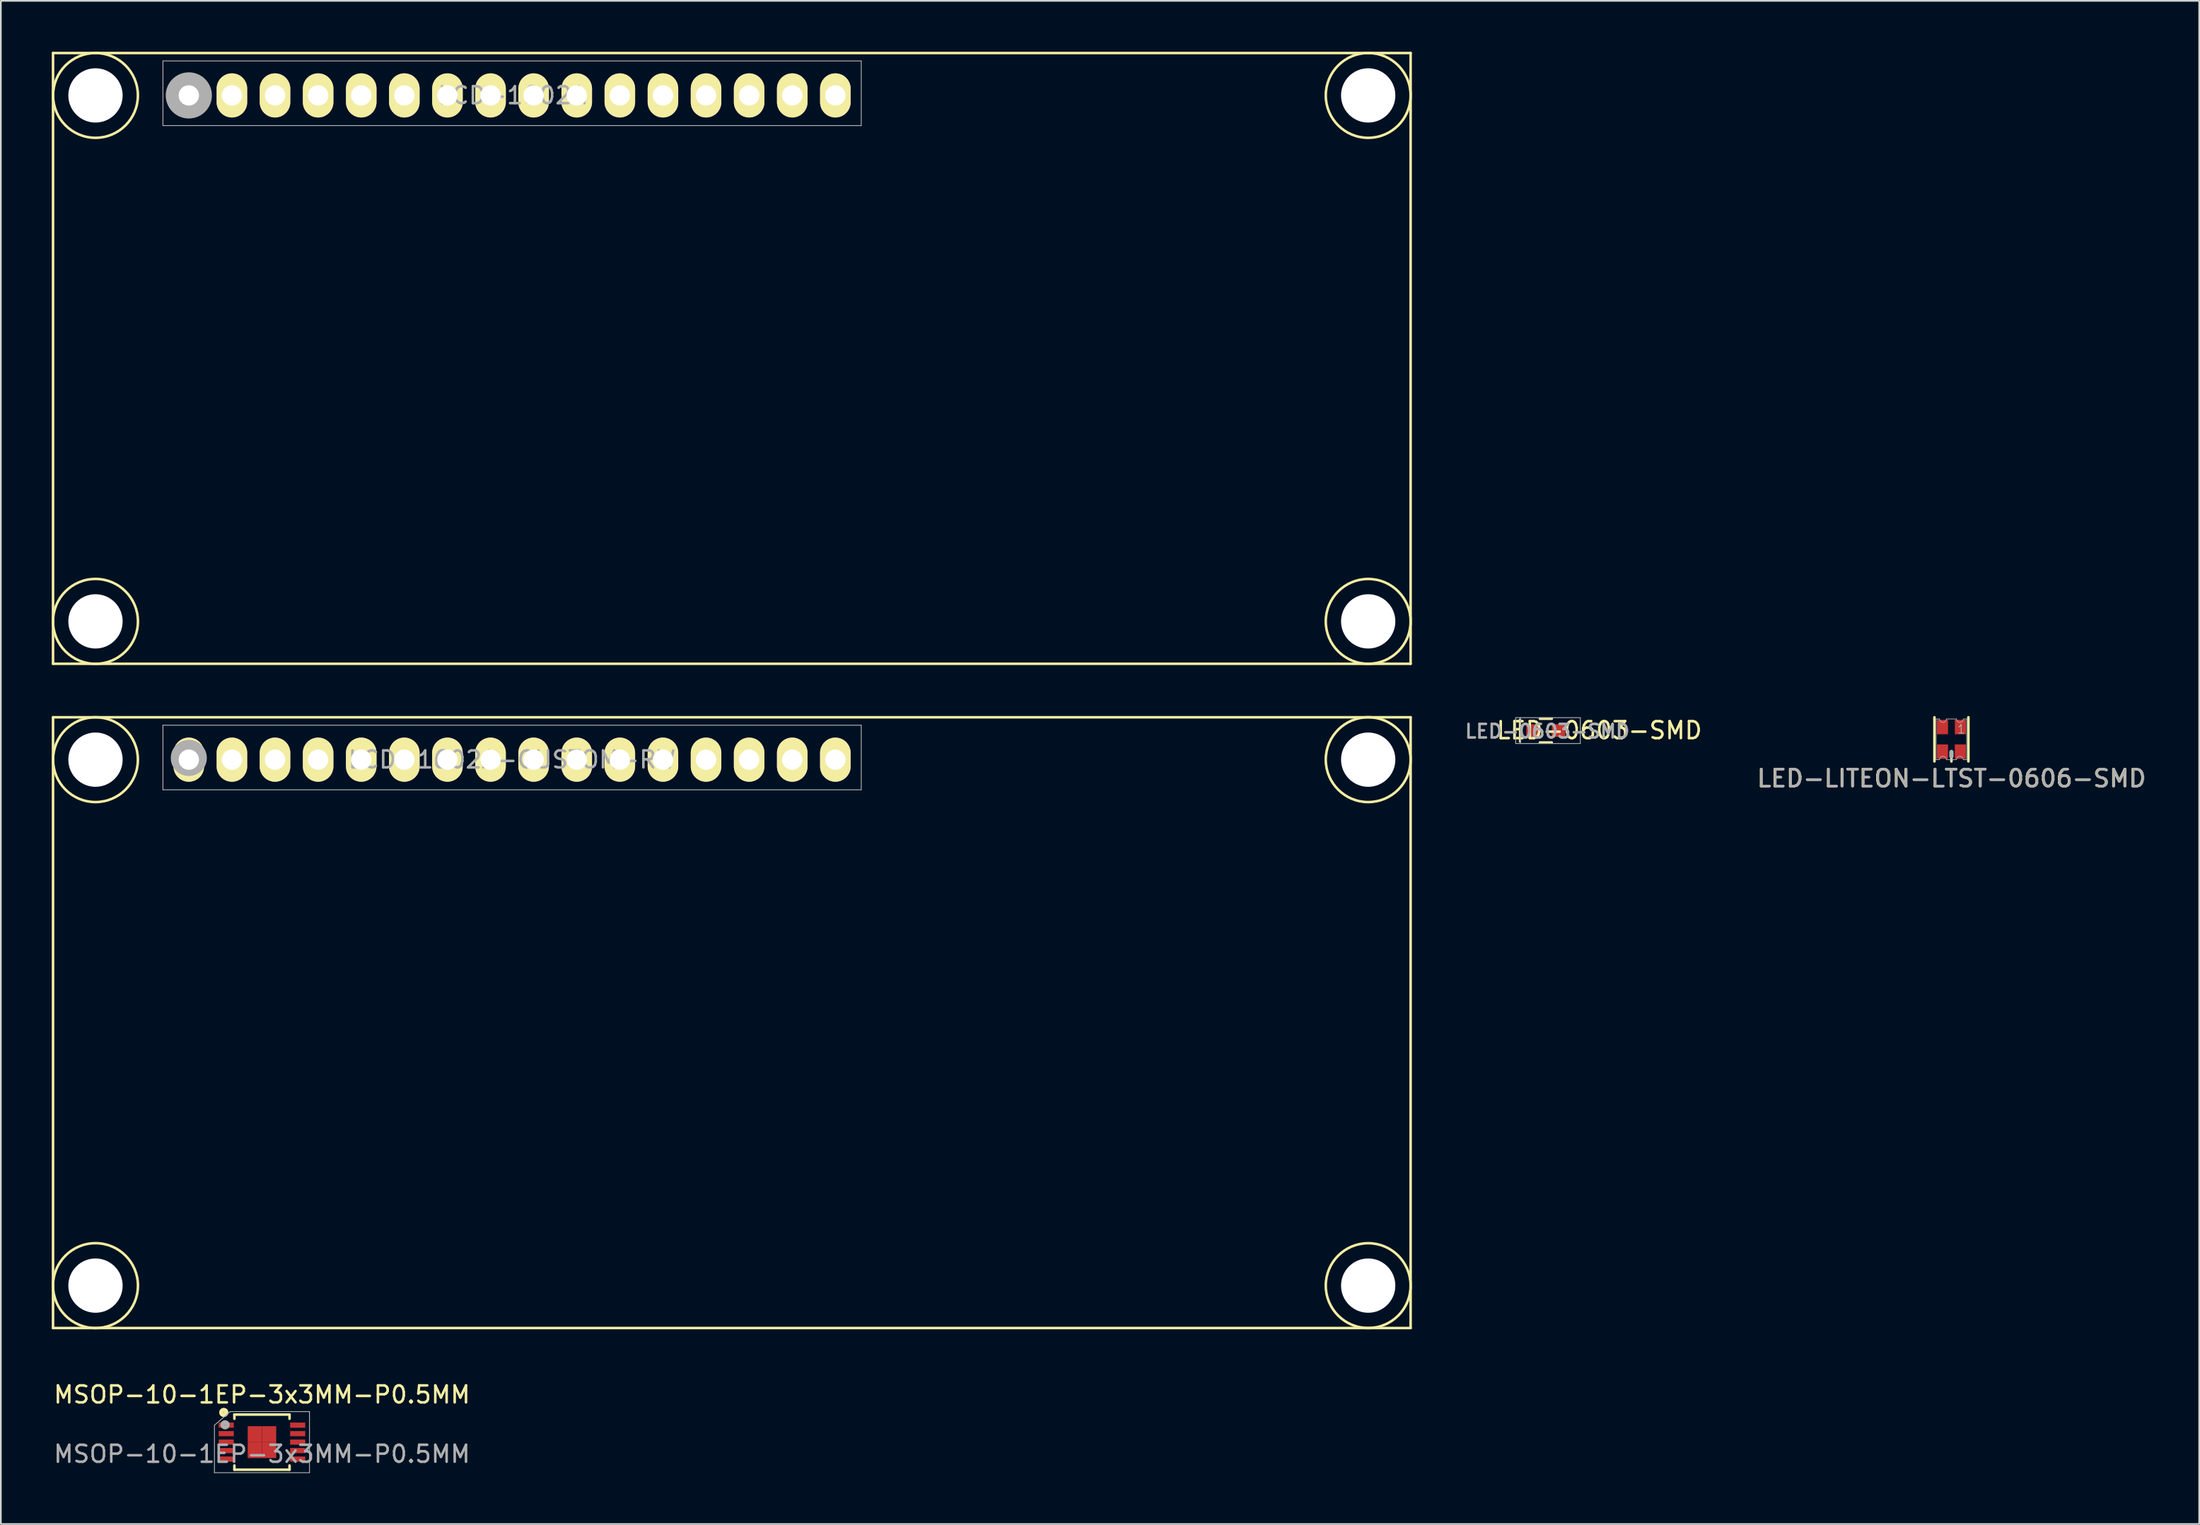
<source format=kicad_pcb>
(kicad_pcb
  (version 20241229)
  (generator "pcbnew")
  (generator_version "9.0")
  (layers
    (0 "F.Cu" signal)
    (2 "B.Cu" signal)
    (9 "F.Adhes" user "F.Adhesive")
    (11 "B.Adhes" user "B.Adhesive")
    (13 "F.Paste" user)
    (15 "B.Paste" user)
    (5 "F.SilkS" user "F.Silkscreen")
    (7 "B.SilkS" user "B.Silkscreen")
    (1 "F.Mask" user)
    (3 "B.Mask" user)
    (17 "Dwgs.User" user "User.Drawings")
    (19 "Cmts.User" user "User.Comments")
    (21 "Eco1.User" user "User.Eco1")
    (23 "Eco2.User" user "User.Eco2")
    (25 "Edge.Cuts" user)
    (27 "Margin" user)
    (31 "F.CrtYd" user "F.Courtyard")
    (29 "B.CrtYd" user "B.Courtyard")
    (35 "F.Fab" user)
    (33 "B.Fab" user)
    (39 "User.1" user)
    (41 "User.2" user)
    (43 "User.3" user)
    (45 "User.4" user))
  (footprint "LCD-1602A-CUSTOM-RW"
    (layer "F.Cu")
    (at 8.076 41.726)
    (property "Reference" "LCD-1602A-CUSTOM-RW" (at 19.05 0 0) (layer "F.Fab") (effects (font (size 1 1) (thickness 0.15))))
    (attr through_hole)
    (fp_line (start -8.001 -2.499) (end 71.999 -2.499) (stroke (width 0.15) (type solid)) (layer "F.SilkS"))
    (fp_line (start -8.001 33.5) (end -8.001 -2.499) (stroke (width 0.15) (type solid)) (layer "F.SilkS"))
    (fp_line (start 71.999 -2.499) (end 71.999 33.5) (stroke (width 0.15) (type solid)) (layer "F.SilkS"))
    (fp_line (start 71.999 33.5) (end -8.001 33.5) (stroke (width 0.15) (type solid)) (layer "F.SilkS"))
    (fp_circle (center -5.499 0) (end -3 0) (stroke (width 0.15) (type solid)) (fill no) (layer "F.SilkS"))
    (fp_circle (center -5.499 31.001) (end -8.001 31.001) (stroke (width 0.15) (type solid)) (fill no) (layer "F.SilkS"))
    (fp_circle (center 69.499 0) (end 71.999 0) (stroke (width 0.15) (type solid)) (fill no) (layer "F.SilkS"))
    (fp_circle (center 69.499 31.001) (end 71.999 31.001) (stroke (width 0.15) (type solid)) (fill no) (layer "F.SilkS"))
    (fp_line (start -1.524 -2.032) (end -1.524 1.778) (stroke (width 0.05) (type solid)) (layer "F.Fab"))
    (fp_line (start -1.524 1.778) (end 39.624 1.778) (stroke (width 0.05) (type solid)) (layer "F.Fab"))
    (fp_line (start 39.624 -2.032) (end -1.524 -2.032) (stroke (width 0.05) (type solid)) (layer "F.Fab"))
    (fp_line (start 39.624 1.778) (end 39.624 -2.032) (stroke (width 0.05) (type solid)) (layer "F.Fab"))
    (fp_circle (center 0 -0.1) (end 0.4 0.3) (stroke (width 1) (type solid)) (fill no) (layer "F.Fab"))
    (pad "" np_thru_hole circle (at -5.499 0) (size 3.2 3.2) (drill 3.2) (layers "*.Cu"))
    (pad "" np_thru_hole circle (at -5.499 31.001) (size 3.2 3.2) (drill 3.2) (layers "*.Cu" "*.Mask"))
    (pad "" np_thru_hole circle (at 69.499 0) (size 3.2 3.2) (drill 3.2) (layers "*.Cu"))
    (pad "" np_thru_hole circle (at 69.499 31.001) (size 3.2 3.2) (drill 3.2) (layers "*.Cu"))
    (pad "1" thru_hole oval (at 0 0) (size 1.8 2.6) (drill 1.2) (layers "*.Cu" "*.Mask" "F.SilkS"))
    (pad "2" thru_hole oval (at 2.54 0) (size 1.8 2.6) (drill 1.2) (layers "*.Cu" "*.Mask" "F.SilkS"))
    (pad "3" thru_hole oval (at 5.08 0) (size 1.8 2.6) (drill 1.2) (layers "*.Cu" "*.Mask" "F.SilkS"))
    (pad "4" thru_hole oval (at 7.62 0) (size 1.8 2.6) (drill 1.2) (layers "*.Cu" "*.Mask" "F.SilkS"))
    (pad "5" thru_hole oval (at 10.16 0) (size 1.8 2.6) (drill 1.2) (layers "*.Cu" "*.Mask" "F.SilkS"))
    (pad "6" thru_hole oval (at 12.7 0) (size 1.8 2.6) (drill 1.2) (layers "*.Cu" "*.Mask" "F.SilkS"))
    (pad "7" thru_hole oval (at 15.24 0) (size 1.8 2.6) (drill 1.2) (layers "*.Cu" "*.Mask" "F.SilkS"))
    (pad "8" thru_hole oval (at 17.78 0) (size 1.8 2.6) (drill 1.2) (layers "*.Cu" "*.Mask" "F.SilkS"))
    (pad "9" thru_hole oval (at 20.32 0) (size 1.8 2.6) (drill 1.2) (layers "*.Cu" "*.Mask" "F.SilkS"))
    (pad "10" thru_hole oval (at 22.86 0) (size 1.8 2.6) (drill 1.2) (layers "*.Cu" "*.Mask" "F.SilkS"))
    (pad "11" thru_hole oval (at 25.4 0) (size 1.8 2.6) (drill 1.2) (layers "*.Cu" "*.Mask" "F.SilkS"))
    (pad "12" thru_hole oval (at 27.94 0) (size 1.8 2.6) (drill 1.2) (layers "*.Cu" "*.Mask" "F.SilkS"))
    (pad "13" thru_hole oval (at 30.48 0) (size 1.8 2.6) (drill 1.2) (layers "*.Cu" "*.Mask" "F.SilkS"))
    (pad "14" thru_hole oval (at 33.02 0) (size 1.8 2.6) (drill 1.2) (layers "*.Cu" "*.Mask" "F.SilkS"))
    (pad "15" thru_hole oval (at 35.56 0) (size 1.8 2.6) (drill 1.2) (layers "*.Cu" "*.Mask" "F.SilkS"))
    (pad "16" thru_hole oval (at 38.1 0) (size 1.8 2.6) (drill 1.2) (layers "*.Cu" "*.Mask" "F.SilkS")))
  (footprint "LED-0603-SMD"
    (layer "F.Cu")
    (at 88.043 40.013)
    (property "Reference" "LED-0603-SMD" (at 0.09 0.04 0) (layer "F.Fab") (effects (font (size 0.8 0.8) (thickness 0.15))))
    (attr smd)
    (fp_line (start -1.525 0.65) (end -1.525 -0.65) (stroke (width 0.127) (type solid)) (layer "F.SilkS"))
    (fp_line (start -0.35 -0.7) (end 0.35 -0.7) (stroke (width 0.15) (type solid)) (layer "F.SilkS"))
    (fp_line (start 0.35 0.7) (end -0.35 0.7) (stroke (width 0.15) (type solid)) (layer "F.SilkS"))
    (fp_line (start -1.778 -0.762) (end 2.032 -0.762) (stroke (width 0.05) (type solid)) (layer "F.Fab"))
    (fp_line (start -1.778 -0.75) (end -1.778 0.75) (stroke (width 0.05) (type solid)) (layer "F.Fab"))
    (fp_line (start -1.778 0.762) (end 2.032 0.762) (stroke (width 0.05) (type solid)) (layer "F.Fab"))
    (fp_line (start -1.5 -0.762) (end -1.5 0.762) (stroke (width 0.05) (type solid)) (layer "F.Fab"))
    (fp_line (start 2.032 -0.75) (end 2.032 0.75) (stroke (width 0.05) (type solid)) (layer "F.Fab"))
    (fp_text user "${REFERENCE}" (at 3.15 -0.013 180) (layer "F.SilkS") (effects (font (size 1 1) (thickness 0.15))))
    (pad "1" smd rect (at -0.75 0) (size 0.8 0.75) (layers "F.Cu" "F.Mask" "F.Paste"))
    (pad "2" smd rect (at 0.75 0) (size 0.8 0.75) (layers "F.Cu" "F.Mask" "F.Paste")))
  (footprint "LCD-1602A"
    (layer "F.Cu")
    (at 8.076 2.574)
    (property "Reference" "LCD-1602A" (at 19.05 0 0) (layer "F.Fab") (effects (font (size 1 1) (thickness 0.15))))
    (attr through_hole)
    (fp_line (start -8.001 -2.499) (end 71.999 -2.499) (stroke (width 0.15) (type solid)) (layer "F.SilkS"))
    (fp_line (start -8.001 33.5) (end -8.001 -2.499) (stroke (width 0.15) (type solid)) (layer "F.SilkS"))
    (fp_line (start 71.999 -2.499) (end 71.999 33.5) (stroke (width 0.15) (type solid)) (layer "F.SilkS"))
    (fp_line (start 71.999 33.5) (end -8.001 33.5) (stroke (width 0.15) (type solid)) (layer "F.SilkS"))
    (fp_circle (center -5.499 0) (end -3 0) (stroke (width 0.15) (type solid)) (fill no) (layer "F.SilkS"))
    (fp_circle (center -5.499 31.001) (end -8.001 31.001) (stroke (width 0.15) (type solid)) (fill no) (layer "F.SilkS"))
    (fp_circle (center 69.499 0) (end 71.999 0) (stroke (width 0.15) (type solid)) (fill no) (layer "F.SilkS"))
    (fp_circle (center 69.499 31.001) (end 71.999 31.001) (stroke (width 0.15) (type solid)) (fill no) (layer "F.SilkS"))
    (fp_line (start -1.524 -2.032) (end -1.524 1.778) (stroke (width 0.05) (type solid)) (layer "F.Fab"))
    (fp_line (start -1.524 1.778) (end 39.624 1.778) (stroke (width 0.05) (type solid)) (layer "F.Fab"))
    (fp_line (start 39.624 -2.032) (end -1.524 -2.032) (stroke (width 0.05) (type solid)) (layer "F.Fab"))
    (fp_line (start 39.624 1.778) (end 39.624 -2.032) (stroke (width 0.05) (type solid)) (layer "F.Fab"))
    (fp_circle (center 0 0) (end 0.2 0.3) (stroke (width 1) (type solid)) (fill no) (layer "F.Fab"))
    (pad "" np_thru_hole circle (at -5.499 0) (size 3.2 3.2) (drill 3.2) (layers "*.Cu"))
    (pad "" np_thru_hole circle (at -5.499 31.001) (size 3.2 3.2) (drill 3.2) (layers "*.Cu"))
    (pad "" np_thru_hole circle (at 69.499 0) (size 3.2 3.2) (drill 3.2) (layers "*.Cu"))
    (pad "" np_thru_hole circle (at 69.499 31.001) (size 3.2 3.2) (drill 3.2) (layers "*.Cu"))
    (pad "1" thru_hole oval (at 0 0) (size 1.8 2.6) (drill 1.2) (layers "*.Cu" "*.Mask" "F.SilkS"))
    (pad "2" thru_hole oval (at 2.54 0) (size 1.8 2.6) (drill 1.2) (layers "*.Cu" "*.Mask" "F.SilkS"))
    (pad "3" thru_hole oval (at 5.08 0) (size 1.8 2.6) (drill 1.2) (layers "*.Cu" "*.Mask" "F.SilkS"))
    (pad "4" thru_hole oval (at 7.62 0) (size 1.8 2.6) (drill 1.2) (layers "*.Cu" "*.Mask" "F.SilkS"))
    (pad "5" thru_hole oval (at 10.16 0) (size 1.8 2.6) (drill 1.2) (layers "*.Cu" "*.Mask" "F.SilkS"))
    (pad "6" thru_hole oval (at 12.7 0) (size 1.8 2.6) (drill 1.2) (layers "*.Cu" "*.Mask" "F.SilkS"))
    (pad "7" thru_hole oval (at 15.24 0) (size 1.8 2.6) (drill 1.2) (layers "*.Cu" "*.Mask" "F.SilkS"))
    (pad "8" thru_hole oval (at 17.78 0) (size 1.8 2.6) (drill 1.2) (layers "*.Cu" "*.Mask" "F.SilkS"))
    (pad "9" thru_hole oval (at 20.32 0) (size 1.8 2.6) (drill 1.2) (layers "*.Cu" "*.Mask" "F.SilkS"))
    (pad "10" thru_hole oval (at 22.86 0) (size 1.8 2.6) (drill 1.2) (layers "*.Cu" "*.Mask" "F.SilkS"))
    (pad "11" thru_hole oval (at 25.4 0) (size 1.8 2.6) (drill 1.2) (layers "*.Cu" "*.Mask" "F.SilkS"))
    (pad "12" thru_hole oval (at 27.94 0) (size 1.8 2.6) (drill 1.2) (layers "*.Cu" "*.Mask" "F.SilkS"))
    (pad "13" thru_hole oval (at 30.48 0) (size 1.8 2.6) (drill 1.2) (layers "*.Cu" "*.Mask" "F.SilkS"))
    (pad "14" thru_hole oval (at 33.02 0) (size 1.8 2.6) (drill 1.2) (layers "*.Cu" "*.Mask" "F.SilkS"))
    (pad "15" thru_hole oval (at 35.56 0) (size 1.8 2.6) (drill 1.2) (layers "*.Cu" "*.Mask" "F.SilkS"))
    (pad "16" thru_hole oval (at 38.1 0) (size 1.8 2.6) (drill 1.2) (layers "*.Cu" "*.Mask" "F.SilkS")))
  (footprint "MSOP-10-1EP-3x3MM-P0.5MM"
    (layer "F.Cu")
    (at 12.387 81.952)
    (property "Reference" "MSOP-10-1EP-3x3MM-P0.5MM" (at 0 0.7 0) (layer "F.Fab") (effects (font (size 1 1) (thickness 0.15))))
    (attr smd)
    (fp_line (start -1.625 -1.625) (end -1.625 -1.377) (stroke (width 0.15) (type solid)) (layer "F.SilkS"))
    (fp_line (start -1.625 -1.625) (end 1.625 -1.625) (stroke (width 0.15) (type solid)) (layer "F.SilkS"))
    (fp_line (start -1.625 1.625) (end -1.625 1.377) (stroke (width 0.15) (type solid)) (layer "F.SilkS"))
    (fp_line (start -1.625 1.625) (end 1.625 1.625) (stroke (width 0.15) (type solid)) (layer "F.SilkS"))
    (fp_line (start 1.625 -1.625) (end 1.625 -1.377) (stroke (width 0.15) (type solid)) (layer "F.SilkS"))
    (fp_line (start 1.625 1.625) (end 1.625 1.377) (stroke (width 0.15) (type solid)) (layer "F.SilkS"))
    (fp_circle (center -2.25 -1.75) (end -2.175 -1.625) (stroke (width 0.254) (type solid)) (fill no) (layer "F.SilkS"))
    (fp_line (start -2.8 -1) (end -2.8 1.8) (stroke (width 0.051) (type solid)) (layer "F.Fab"))
    (fp_line (start -2.8 -1) (end -1.875 -1.8) (stroke (width 0.05) (type solid)) (layer "F.Fab"))
    (fp_line (start -2.8 1.8) (end 2.8 1.8) (stroke (width 0.051) (type solid)) (layer "F.Fab"))
    (fp_line (start 2.8 -1.8) (end -1.875 -1.8) (stroke (width 0.051) (type solid)) (layer "F.Fab"))
    (fp_line (start 2.8 1.8) (end 2.8 -1.8) (stroke (width 0.051) (type solid)) (layer "F.Fab"))
    (fp_circle (center -2.175 -1.021) (end -2.1 -0.896) (stroke (width 0.254) (type solid)) (fill no) (layer "F.Fab"))
    (fp_text user "${REFERENCE}" (at 0 -2.8 0) (layer "F.SilkS") (effects (font (size 1 1) (thickness 0.15))))
    (pad "1" smd rect (at -2.105 -1) (size 0.89 0.305) (layers "F.Cu" "F.Mask" "F.Paste"))
    (pad "2" smd rect (at -2.105 -0.5) (size 0.89 0.305) (layers "F.Cu" "F.Mask" "F.Paste"))
    (pad "3" smd rect (at -2.105 0) (size 0.89 0.305) (layers "F.Cu" "F.Mask" "F.Paste"))
    (pad "4" smd rect (at -2.105 0.5) (size 0.89 0.305) (layers "F.Cu" "F.Mask" "F.Paste"))
    (pad "5" smd rect (at -2.105 1) (size 0.89 0.305) (layers "F.Cu" "F.Mask" "F.Paste"))
    (pad "6" smd rect (at 2.105 1) (size 0.89 0.305) (layers "F.Cu" "F.Mask" "F.Paste"))
    (pad "7" smd rect (at 2.105 0.5) (size 0.89 0.305) (layers "F.Cu" "F.Mask" "F.Paste"))
    (pad "8" smd rect (at 2.105 0) (size 0.89 0.305) (layers "F.Cu" "F.Mask" "F.Paste"))
    (pad "9" smd rect (at 2.105 -0.5) (size 0.89 0.305) (layers "F.Cu" "F.Mask" "F.Paste"))
    (pad "10" smd rect (at 2.105 -1) (size 0.89 0.305) (layers "F.Cu" "F.Mask" "F.Paste"))
    (pad "11" smd rect (at -0.42 -0.47) (size 0.84 0.94) (layers "F.Cu" "F.Mask" "F.Paste"))
    (pad "11" smd rect (at -0.42 0.47) (size 0.84 0.94) (layers "F.Cu" "F.Mask" "F.Paste"))
    (pad "11" smd rect (at 0.42 -0.47) (size 0.84 0.94) (layers "F.Cu" "F.Mask" "F.Paste"))
    (pad "11" smd rect (at 0.42 0.47) (size 0.84 0.94) (layers "F.Cu" "F.Mask" "F.Paste")))
  (footprint "LED-LITEON-LTST-0606-SMD"
    (layer "F.Cu")
    (at 111.943 40.528)
    (property "Reference" "LED-LITEON-LTST-0606-SMD" (at 0.025 2.3 180) (layer "F.Fab") (effects (font (size 1 1) (thickness 0.15))))
    (attr through_hole)
    (fp_line (start -1 -1.3) (end -1 1.3) (stroke (width 0.152) (type solid)) (layer "F.SilkS"))
    (fp_line (start 0 1.3) (end 0 0.7) (stroke (width 0.152) (type solid)) (layer "F.SilkS"))
    (fp_line (start 1 -1.3) (end 1 1.3) (stroke (width 0.152) (type solid)) (layer "F.SilkS"))
    (fp_line (start -0.9 -1.2) (end -0.9 1.2) (stroke (width 0.041) (type solid)) (layer "F.Fab"))
    (fp_line (start -0.9 1.2) (end -0.7 1.2) (stroke (width 0.041) (type solid)) (layer "F.Fab"))
    (fp_line (start -0.7 -1.2) (end -0.9 -1.2) (stroke (width 0.041) (type solid)) (layer "F.Fab"))
    (fp_line (start -0.3 1.2) (end 0.3 1.2) (stroke (width 0.041) (type solid)) (layer "F.Fab"))
    (fp_line (start 0 0.75) (end 0 1) (stroke (width 0.254) (type solid)) (layer "F.Fab"))
    (fp_line (start 0.3 -1.2) (end -0.3 -1.2) (stroke (width 0.041) (type solid)) (layer "F.Fab"))
    (fp_line (start 0.7 1.2) (end 0.9 1.2) (stroke (width 0.041) (type solid)) (layer "F.Fab"))
    (fp_line (start 0.9 -1.2) (end 0.7 -1.2) (stroke (width 0.041) (type solid)) (layer "F.Fab"))
    (fp_line (start 0.9 1.2) (end 0.9 -1.2) (stroke (width 0.041) (type solid)) (layer "F.Fab"))
    (fp_arc (start -0.7 1.2) (mid -0.5 1) (end -0.3 1.2) (stroke (width 0.04064) (type solid)) (layer "F.Fab"))
    (fp_arc (start -0.3 -1.2) (mid -0.5 -1) (end -0.7 -1.2) (stroke (width 0.04064) (type solid)) (layer "F.Fab"))
    (fp_arc (start 0.3 1.2) (mid 0.5 1) (end 0.7 1.2) (stroke (width 0.04064) (type solid)) (layer "F.Fab"))
    (fp_arc (start 0.7 -1.2) (mid 0.5 -1) (end 0.3 -1.2) (stroke (width 0.04064) (type solid)) (layer "F.Fab"))
    (fp_text user "${REFERENCE}" (at 0 2.3 0) (layer "F.SilkS") (effects (font (size 1 1) (thickness 0.15))))
    (fp_text user "1" (at 0.575 -0.6 0) (layer "F.Fab") (effects (font (size 0.508 0.508) (thickness 0.051))))
    (pad "1" smd rect (at 0.525 -0.725) (size 0.65 0.85) (layers "F.Cu" "F.Mask" "F.Paste"))
    (pad "2" smd rect (at -0.525 -0.725) (size 0.65 0.85) (layers "F.Cu" "F.Mask" "F.Paste"))
    (pad "3" smd rect (at 0.525 0.725) (size 0.65 0.85) (layers "F.Cu" "F.Mask" "F.Paste"))
    (pad "4" smd rect (at -0.525 0.725) (size 0.65 0.85) (layers "F.Cu" "F.Mask" "F.Paste")))
  (gr_rect
    (start -3 -3)
    (end 126.545 86.778)
    (stroke (width 0.1) (type default))
    (fill no)
    (layer "Edge.Cuts")))
</source>
